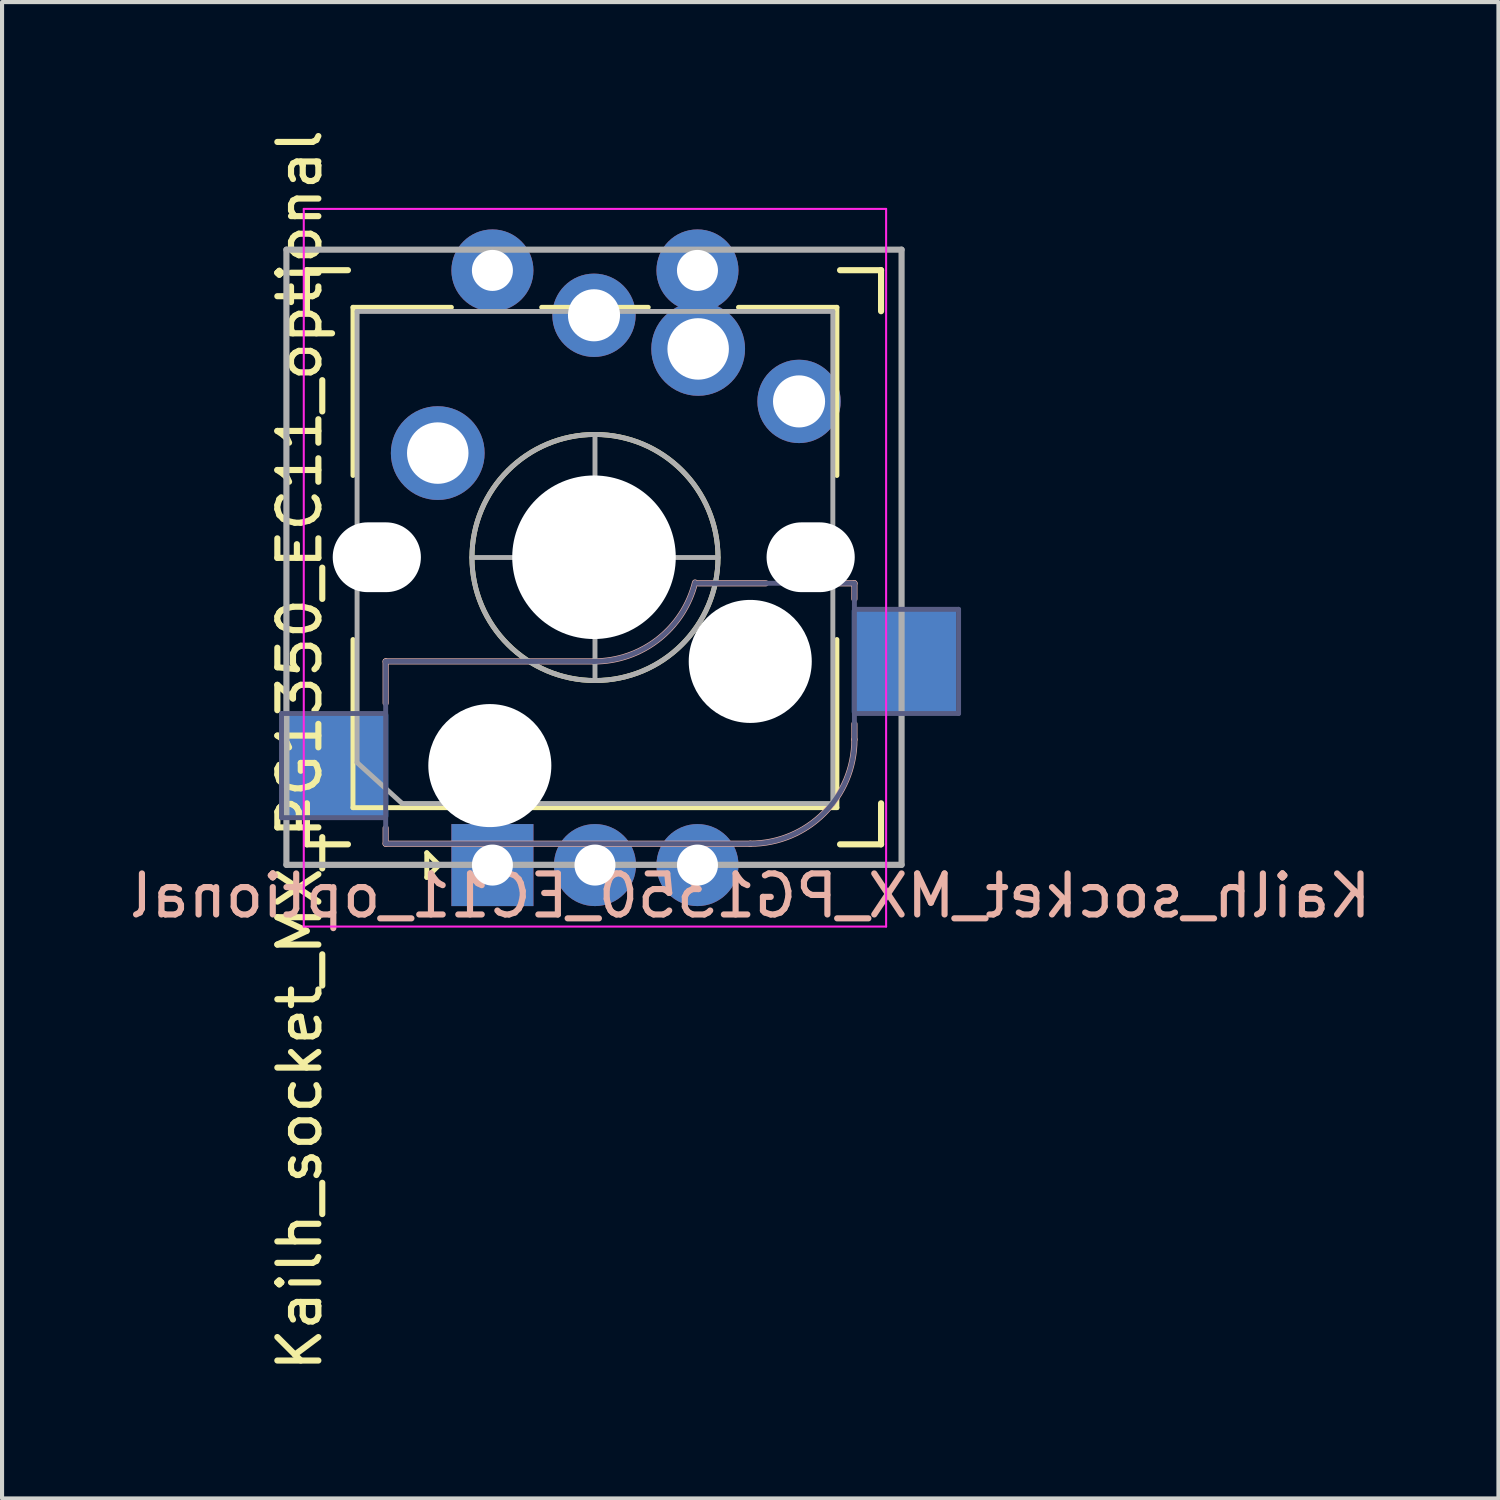
<source format=kicad_pcb>
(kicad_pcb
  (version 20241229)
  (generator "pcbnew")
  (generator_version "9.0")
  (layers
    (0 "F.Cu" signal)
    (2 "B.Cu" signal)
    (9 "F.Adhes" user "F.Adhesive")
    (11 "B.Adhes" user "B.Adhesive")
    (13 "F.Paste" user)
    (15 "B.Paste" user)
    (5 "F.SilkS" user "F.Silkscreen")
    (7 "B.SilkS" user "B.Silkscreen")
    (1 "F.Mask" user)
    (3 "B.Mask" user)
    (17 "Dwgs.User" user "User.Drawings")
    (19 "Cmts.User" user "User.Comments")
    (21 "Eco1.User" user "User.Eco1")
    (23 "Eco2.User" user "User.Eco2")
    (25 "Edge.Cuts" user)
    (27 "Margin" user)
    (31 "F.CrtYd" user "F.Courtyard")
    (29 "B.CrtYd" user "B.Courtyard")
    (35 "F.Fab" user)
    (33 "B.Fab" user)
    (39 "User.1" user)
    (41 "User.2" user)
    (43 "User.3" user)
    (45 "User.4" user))
  (footprint "Kailh_socket_MX_PG1350_EC11_optional"
    (layer "F.Cu")
    (at 11.434 10.538)
    (property "Reference" "Kailh_socket_MX_PG1350_EC11_optional" (at -7.176 4.706 90) (layer "F.SilkS") (effects (font (size 1 1) (thickness 0.15))))
    (attr through_hole)
    (fp_line (start -7 -6) (end -7 -7) (stroke (width 0.15) (type solid)) (layer "F.SilkS"))
    (fp_line (start -7 7) (end -7 6) (stroke (width 0.15) (type solid)) (layer "F.SilkS"))
    (fp_line (start -7 7) (end -6 7) (stroke (width 0.15) (type solid)) (layer "F.SilkS"))
    (fp_line (start -6 -7) (end -7 -7) (stroke (width 0.15) (type solid)) (layer "F.SilkS"))
    (fp_line (start -5.877 -6.094) (end -3.477 -6.094) (stroke (width 0.12) (type solid)) (layer "F.SilkS"))
    (fp_line (start -5.877 -1.994) (end -5.877 -6.094) (stroke (width 0.12) (type solid)) (layer "F.SilkS"))
    (fp_line (start -5.877 2.006) (end -5.877 6.106) (stroke (width 0.12) (type solid)) (layer "F.SilkS"))
    (fp_line (start -5.877 6.106) (end 5.923 6.106) (stroke (width 0.12) (type solid)) (layer "F.SilkS"))
    (fp_line (start -4.077 7.206) (end -3.776 7.506) (stroke (width 0.12) (type solid)) (layer "F.SilkS"))
    (fp_line (start -4.077 7.806) (end -4.077 7.206) (stroke (width 0.12) (type solid)) (layer "F.SilkS"))
    (fp_line (start -3.776 7.506) (end -4.077 7.806) (stroke (width 0.12) (type solid)) (layer "F.SilkS"))
    (fp_line (start -1.276 -6.094) (end 1.323 -6.094) (stroke (width 0.12) (type solid)) (layer "F.SilkS"))
    (fp_line (start 3.523 -6.094) (end 5.923 -6.094) (stroke (width 0.12) (type solid)) (layer "F.SilkS"))
    (fp_line (start 5.923 -6.094) (end 5.923 -1.994) (stroke (width 0.12) (type solid)) (layer "F.SilkS"))
    (fp_line (start 5.923 2.006) (end 5.923 6.106) (stroke (width 0.12) (type solid)) (layer "F.SilkS"))
    (fp_line (start 6 7) (end 7 7) (stroke (width 0.15) (type solid)) (layer "F.SilkS"))
    (fp_line (start 7 -7) (end 6 -7) (stroke (width 0.15) (type solid)) (layer "F.SilkS"))
    (fp_line (start 7 -7) (end 7 -6) (stroke (width 0.15) (type solid)) (layer "F.SilkS"))
    (fp_line (start 7 6) (end 7 7) (stroke (width 0.15) (type solid)) (layer "F.SilkS"))
    (fp_circle (center 0.024 0.006) (end 0.024 -2.994) (stroke (width 0.12) (type solid)) (fill no) (layer "F.SilkS"))
    (fp_line (start -5.08 2.54) (end -5.08 3.556) (stroke (width 0.15) (type solid)) (layer "B.SilkS"))
    (fp_line (start -5.08 6.604) (end -5.08 6.985) (stroke (width 0.15) (type solid)) (layer "B.SilkS"))
    (fp_line (start -5.08 6.985) (end 3.81 6.985) (stroke (width 0.15) (type solid)) (layer "B.SilkS"))
    (fp_line (start 0 2.54) (end -5.08 2.54) (stroke (width 0.15) (type solid)) (layer "B.SilkS"))
    (fp_line (start 4.191 0.635) (end 2.54 0.635) (stroke (width 0.15) (type solid)) (layer "B.SilkS"))
    (fp_line (start 6.35 0.635) (end 5.969 0.635) (stroke (width 0.15) (type solid)) (layer "B.SilkS"))
    (fp_line (start 6.35 1.016) (end 6.35 0.635) (stroke (width 0.15) (type solid)) (layer "B.SilkS"))
    (fp_line (start 6.35 4.445) (end 6.35 4.064) (stroke (width 0.15) (type solid)) (layer "B.SilkS"))
    (fp_arc (start 2.464162 0.61604) (mid 1.563147 2.002042) (end 0 2.54) (stroke (width 0.15) (type solid)) (layer "B.SilkS"))
    (fp_arc (start 6.35 4.445) (mid 5.606051 6.241051) (end 3.81 6.985) (stroke (width 0.15) (type solid)) (layer "B.SilkS"))
    (fp_line (start -6.9 6.9) (end -6.9 -6.9) (stroke (width 0.15) (type solid)) (layer "Eco2.User"))
    (fp_line (start -6.9 6.9) (end 6.9 6.9) (stroke (width 0.15) (type solid)) (layer "Eco2.User"))
    (fp_line (start 6.9 -6.9) (end -6.9 -6.9) (stroke (width 0.15) (type solid)) (layer "Eco2.User"))
    (fp_line (start 6.9 -6.9) (end 6.9 6.9) (stroke (width 0.15) (type solid)) (layer "Eco2.User"))
    (fp_line (start -7.077 9.006) (end -7.077 -8.494) (stroke (width 0.05) (type solid)) (layer "F.CrtYd"))
    (fp_line (start -7.077 9.006) (end 7.123 9.006) (stroke (width 0.05) (type solid)) (layer "F.CrtYd"))
    (fp_line (start 7.123 -8.494) (end -7.077 -8.494) (stroke (width 0.05) (type solid)) (layer "F.CrtYd"))
    (fp_line (start 7.123 -8.494) (end 7.123 9.006) (stroke (width 0.05) (type solid)) (layer "F.CrtYd"))
    (fp_line (start -7.62 3.81) (end -7.62 6.35) (stroke (width 0.12) (type solid)) (layer "B.Fab"))
    (fp_line (start -7.62 6.35) (end -5.08 6.35) (stroke (width 0.12) (type solid)) (layer "B.Fab"))
    (fp_line (start -5.08 2.54) (end -5.08 6.985) (stroke (width 0.12) (type solid)) (layer "B.Fab"))
    (fp_line (start -5.08 3.81) (end -7.62 3.81) (stroke (width 0.12) (type solid)) (layer "B.Fab"))
    (fp_line (start -5.08 6.985) (end 3.81 6.985) (stroke (width 0.12) (type solid)) (layer "B.Fab"))
    (fp_line (start 0 2.54) (end -5.08 2.54) (stroke (width 0.12) (type solid)) (layer "B.Fab"))
    (fp_line (start 6.35 0.635) (end 2.54 0.635) (stroke (width 0.12) (type solid)) (layer "B.Fab"))
    (fp_line (start 6.35 3.81) (end 8.89 3.81) (stroke (width 0.12) (type solid)) (layer "B.Fab"))
    (fp_line (start 6.35 4.445) (end 6.35 0.635) (stroke (width 0.12) (type solid)) (layer "B.Fab"))
    (fp_line (start 8.89 1.27) (end 6.35 1.27) (stroke (width 0.12) (type solid)) (layer "B.Fab"))
    (fp_line (start 8.89 3.81) (end 8.89 1.27) (stroke (width 0.12) (type solid)) (layer "B.Fab"))
    (fp_arc (start 2.464162 0.61604) (mid 1.563147 2.002042) (end 0 2.54) (stroke (width 0.12) (type solid)) (layer "B.Fab"))
    (fp_arc (start 6.35 4.445) (mid 5.606051 6.241051) (end 3.81 6.985) (stroke (width 0.12) (type solid)) (layer "B.Fab"))
    (fp_line (start -7.5 -7.5) (end 7.5 -7.5) (stroke (width 0.15) (type solid)) (layer "F.Fab"))
    (fp_line (start -7.5 7.5) (end -7.5 -7.5) (stroke (width 0.15) (type solid)) (layer "F.Fab"))
    (fp_line (start -5.777 -5.994) (end 5.824 -5.994) (stroke (width 0.12) (type solid)) (layer "F.Fab"))
    (fp_line (start -5.777 5.006) (end -5.777 -5.994) (stroke (width 0.12) (type solid)) (layer "F.Fab"))
    (fp_line (start -4.676 6.006) (end -5.777 5.006) (stroke (width 0.12) (type solid)) (layer "F.Fab"))
    (fp_line (start -2.977 0.006) (end 3.023 0.006) (stroke (width 0.12) (type solid)) (layer "F.Fab"))
    (fp_line (start 0.024 3.006) (end 0.024 -2.994) (stroke (width 0.12) (type solid)) (layer "F.Fab"))
    (fp_line (start 5.824 -5.994) (end 5.824 6.006) (stroke (width 0.12) (type solid)) (layer "F.Fab"))
    (fp_line (start 5.824 6.006) (end -4.676 6.006) (stroke (width 0.12) (type solid)) (layer "F.Fab"))
    (fp_line (start 7.5 -7.5) (end 7.5 7.5) (stroke (width 0.15) (type solid)) (layer "F.Fab"))
    (fp_line (start 7.5 7.5) (end -7.5 7.5) (stroke (width 0.15) (type solid)) (layer "F.Fab"))
    (fp_circle (center 0.024 0.006) (end 0.024 -2.994) (stroke (width 0.12) (type solid)) (fill no) (layer "F.Fab"))
    (fp_text user "${REFERENCE}" (at 3.81 8.255 0) (layer "B.SilkS") (effects (font (size 1 1) (thickness 0.15)) (justify mirror)))
    (pad "" np_thru_hole oval (at -5.296 0 180) (size 2.15 1.702) (drill oval 2.15 1.702) (layers "*.Cu" "*.Mask"))
    (pad "" np_thru_hole circle (at -2.54 5.08) (size 3 3) (drill 3) (layers "*.Cu" "*.Mask"))
    (pad "" np_thru_hole circle (at 0 0) (size 3.988 3.988) (drill 3.988) (layers "*.Cu" "*.Mask"))
    (pad "" np_thru_hole circle (at 3.81 2.54) (size 3 3) (drill 3) (layers "*.Cu" "*.Mask"))
    (pad "" np_thru_hole oval (at 5.283 0 180) (size 2.15 1.702) (drill oval 2.15 1.702) (layers "*.Cu" "*.Mask"))
    (pad "A" thru_hole rect (at -2.477 7.506 90) (size 2 2) (drill 1) (layers "*.Cu" "*.Mask"))
    (pad "B" thru_hole circle (at 2.523 7.506 90) (size 2 2) (drill 1) (layers "*.Cu" "*.Mask"))
    (pad "C" thru_hole circle (at 0.024 7.506 90) (size 2 2) (drill 1) (layers "*.Cu" "*.Mask"))
    (pad "S1" thru_hole circle (at 2.523 -6.994 90) (size 2 2) (drill 1) (layers "*.Cu" "*.Mask"))
    (pad "S1" thru_hole circle (at 2.54 -5.08) (size 2.286 2.286) (drill 1.499) (layers "*.Cu" "*.Mask"))
    (pad "S1" thru_hole circle (at 5 -3.8 180) (size 2.032 2.032) (drill 1.27) (layers "*.Cu" "*.Mask"))
    (pad "S1" smd rect (at 7.56 2.54) (size 2.55 2.5) (layers "B.Cu" "B.Mask" "B.Paste"))
    (pad "S2" smd rect (at -6.29 5.08) (size 2.55 2.5) (layers "B.Cu" "B.Mask" "B.Paste"))
    (pad "S2" thru_hole circle (at -3.81 -2.54) (size 2.286 2.286) (drill 1.499) (layers "*.Cu" "*.Mask"))
    (pad "S2" thru_hole circle (at -2.477 -6.994 90) (size 2 2) (drill 1) (layers "*.Cu" "*.Mask"))
    (pad "S2" thru_hole circle (at 0 -5.9 180) (size 2.032 2.032) (drill 1.27) (layers "*.Cu" "*.Mask")))
  (gr_rect
    (start -3 -3)
    (end 33.488 33.488)
    (stroke (width 0.1) (type default))
    (fill no)
    (layer "Edge.Cuts")))
</source>
